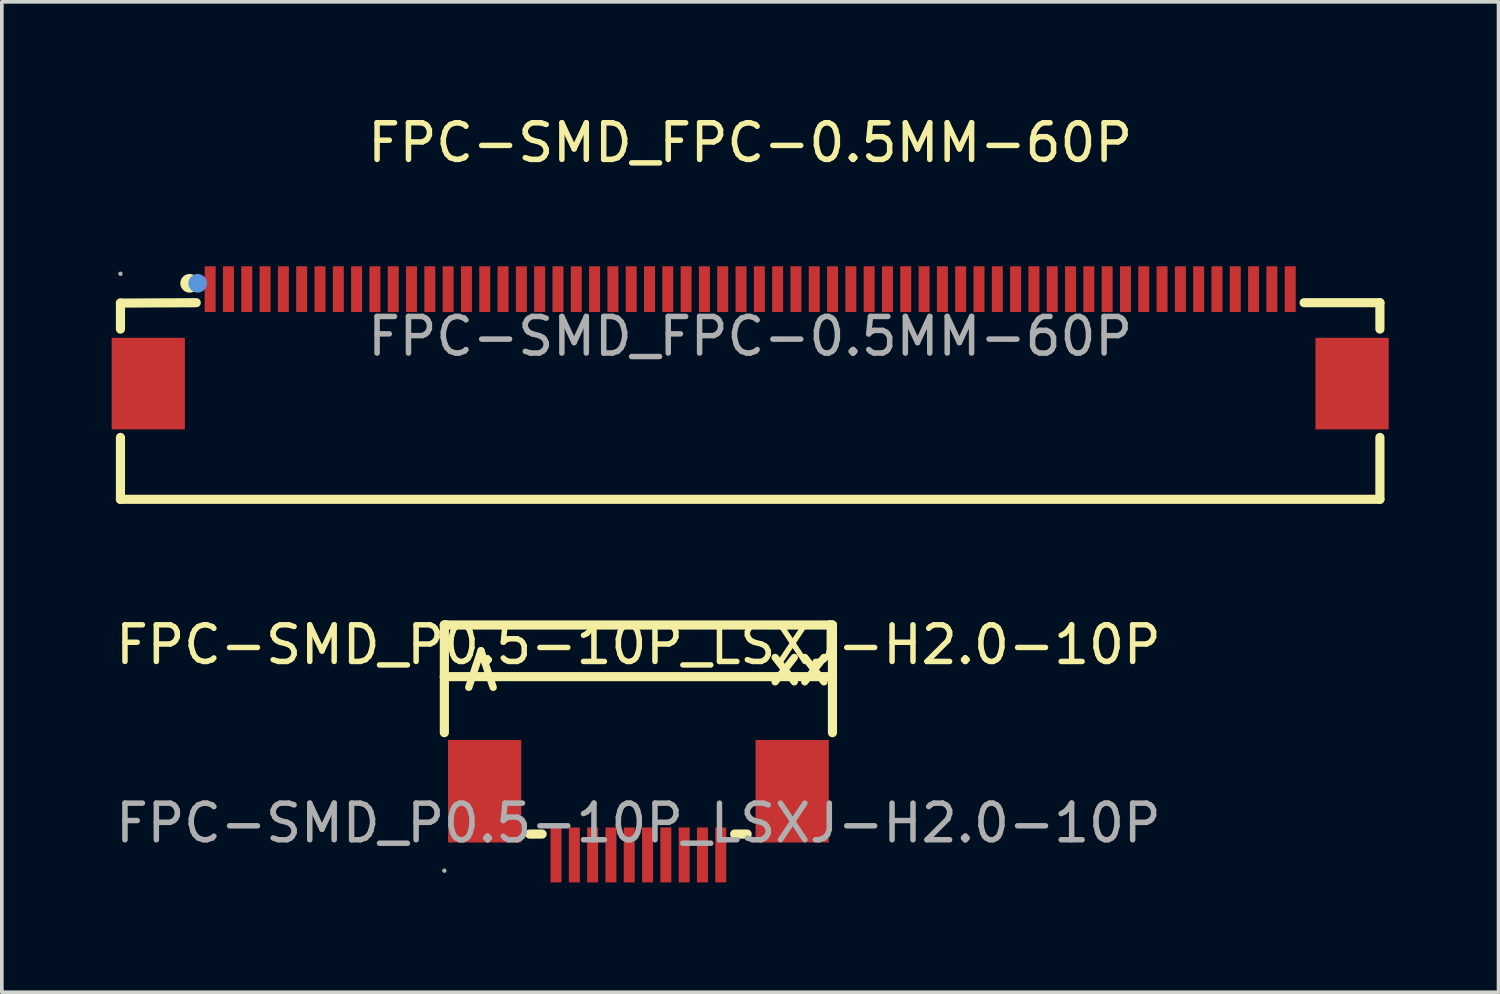
<source format=kicad_pcb>
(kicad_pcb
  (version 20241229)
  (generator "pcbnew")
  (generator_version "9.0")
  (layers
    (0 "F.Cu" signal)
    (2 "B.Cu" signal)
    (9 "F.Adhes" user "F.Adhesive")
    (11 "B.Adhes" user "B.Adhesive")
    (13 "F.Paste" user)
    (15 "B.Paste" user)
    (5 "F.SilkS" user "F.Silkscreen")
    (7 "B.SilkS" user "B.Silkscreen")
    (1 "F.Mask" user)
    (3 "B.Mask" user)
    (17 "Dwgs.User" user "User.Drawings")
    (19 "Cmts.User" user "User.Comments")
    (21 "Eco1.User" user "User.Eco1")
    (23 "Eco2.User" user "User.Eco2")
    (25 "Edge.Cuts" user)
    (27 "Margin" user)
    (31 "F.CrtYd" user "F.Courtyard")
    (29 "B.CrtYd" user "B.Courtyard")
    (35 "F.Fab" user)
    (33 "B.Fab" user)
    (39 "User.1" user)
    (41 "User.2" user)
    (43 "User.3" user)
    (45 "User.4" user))
  (footprint "FPC-SMD_P0.5-10P_LSXJ-H2.0-10P"
    (layer "F.Cu")
    (at 14.387 19.431)
    (property "Reference" "FPC-SMD_P0.5-10P_LSXJ-H2.0-10P" (at 0 -4.87 0) (layer "F.SilkS") (effects (font (size 1 1) (thickness 0.15))))
    (attr through_hole)
    (fp_line (start -5.3 -5.41) (end -5.3 -5.41) (stroke (width 0.25) (type solid)) (layer "F.SilkS"))
    (fp_line (start -5.3 -5.41) (end -5.23 -5.41) (stroke (width 0.25) (type solid)) (layer "F.SilkS"))
    (fp_line (start -5.3 -4) (end -5.3 -5.41) (stroke (width 0.25) (type solid)) (layer "F.SilkS"))
    (fp_line (start -5.3 -4) (end -5.3 -2.47) (stroke (width 0.25) (type solid)) (layer "F.SilkS"))
    (fp_line (start -5.23 -5.41) (end 5.22 -5.41) (stroke (width 0.25) (type solid)) (layer "F.SilkS"))
    (fp_line (start -2.97 0.3) (end -2.63 0.3) (stroke (width 0.25) (type solid)) (layer "F.SilkS"))
    (fp_line (start 2.63 0.3) (end 2.97 0.3) (stroke (width 0.25) (type solid)) (layer "F.SilkS"))
    (fp_line (start 5.22 -5.41) (end 5.22 -5.41) (stroke (width 0.25) (type solid)) (layer "F.SilkS"))
    (fp_line (start 5.3 -5.41) (end 5.22 -5.41) (stroke (width 0.25) (type solid)) (layer "F.SilkS"))
    (fp_line (start 5.3 -5.35) (end 5.3 -5.41) (stroke (width 0.25) (type solid)) (layer "F.SilkS"))
    (fp_line (start 5.3 -4) (end -5.3 -4) (stroke (width 0.25) (type solid)) (layer "F.SilkS"))
    (fp_line (start 5.3 -4) (end 5.3 -5.35) (stroke (width 0.25) (type solid)) (layer "F.SilkS"))
    (fp_line (start 5.3 -2.47) (end 5.3 -4) (stroke (width 0.25) (type solid)) (layer "F.SilkS"))
    (fp_circle (center -5.3 1.3) (end -5.27 1.3) (stroke (width 0.06) (type solid)) (fill no) (layer "F.Fab"))
    (fp_text user "xx" (at 3.46 -4.31 0) (layer "F.SilkS") (effects (font (size 1 1) (thickness 0.2)) (justify left)))
    (fp_text user "A" (at -4.86 -4.16 0) (layer "F.SilkS") (effects (font (size 1 1) (thickness 0.2)) (justify left)))
    (fp_text user "${REFERENCE}" (at 0 0 0) (layer "F.Fab") (effects (font (size 1 1) (thickness 0.15))))
    (pad "1" smd rect (at -2.25 0.87) (size 0.3 1.5) (layers "F.Cu" "F.Mask" "F.Paste"))
    (pad "2" smd rect (at -1.75 0.87) (size 0.3 1.5) (layers "F.Cu" "F.Mask" "F.Paste"))
    (pad "3" smd rect (at -1.25 0.87) (size 0.3 1.5) (layers "F.Cu" "F.Mask" "F.Paste"))
    (pad "4" smd rect (at -0.75 0.87) (size 0.3 1.5) (layers "F.Cu" "F.Mask" "F.Paste"))
    (pad "5" smd rect (at -0.25 0.87) (size 0.3 1.5) (layers "F.Cu" "F.Mask" "F.Paste"))
    (pad "6" smd rect (at 0.25 0.87) (size 0.3 1.5) (layers "F.Cu" "F.Mask" "F.Paste"))
    (pad "7" smd rect (at 0.75 0.87) (size 0.3 1.5) (layers "F.Cu" "F.Mask" "F.Paste"))
    (pad "8" smd rect (at 1.25 0.87) (size 0.3 1.5) (layers "F.Cu" "F.Mask" "F.Paste"))
    (pad "9" smd rect (at 1.75 0.87) (size 0.3 1.5) (layers "F.Cu" "F.Mask" "F.Paste"))
    (pad "10" smd rect (at 2.25 0.87) (size 0.3 1.5) (layers "F.Cu" "F.Mask" "F.Paste"))
    (pad "11" smd rect (at -4.2 -0.87) (size 2 2.8) (layers "F.Cu" "F.Mask" "F.Paste"))
    (pad "12" smd rect (at 4.2 -0.87 180) (size 2 2.8) (layers "F.Cu" "F.Mask" "F.Paste")))
  (footprint "FPC-SMD_FPC-0.5MM-60P"
    (layer "F.Cu")
    (at 17.44 6.138)
    (property "Reference" "FPC-SMD_FPC-0.5MM-60P" (at 0 -5.29 0) (layer "F.SilkS") (effects (font (size 1 1) (thickness 0.15))))
    (attr through_hole)
    (fp_line (start -17.2 -0.2) (end -17.2 -0.91) (stroke (width 0.25) (type solid)) (layer "F.SilkS"))
    (fp_line (start -17.2 4.45) (end -17.2 2.76) (stroke (width 0.25) (type solid)) (layer "F.SilkS"))
    (fp_line (start -15.13 -0.92) (end -17.2 -0.91) (stroke (width 0.25) (type solid)) (layer "F.SilkS"))
    (fp_line (start 17.2 -0.92) (end 15.13 -0.92) (stroke (width 0.25) (type solid)) (layer "F.SilkS"))
    (fp_line (start 17.2 -0.2) (end 17.2 -0.92) (stroke (width 0.25) (type solid)) (layer "F.SilkS"))
    (fp_line (start 17.2 4.45) (end -17.2 4.45) (stroke (width 0.25) (type solid)) (layer "F.SilkS"))
    (fp_line (start 17.2 4.45) (end 17.2 2.76) (stroke (width 0.25) (type solid)) (layer "F.SilkS"))
    (fp_circle (center -15.31 -1.45) (end -15.18 -1.45) (stroke (width 0.25) (type solid)) (fill no) (layer "F.SilkS"))
    (fp_circle (center -15.09 -1.45) (end -14.96 -1.45) (stroke (width 0.25) (type solid)) (fill no) (layer "Cmts.User"))
    (fp_circle (center -17.2 -1.71) (end -17.17 -1.71) (stroke (width 0.06) (type solid)) (fill no) (layer "F.Fab"))
    (fp_text user "${REFERENCE}" (at 0 0 0) (layer "F.Fab") (effects (font (size 1 1) (thickness 0.15))))
    (pad "1" smd rect (at -14.75 -1.29) (size 0.3 1.25) (layers "F.Cu" "F.Mask" "F.Paste"))
    (pad "2" smd rect (at -14.25 -1.29) (size 0.3 1.25) (layers "F.Cu" "F.Mask" "F.Paste"))
    (pad "3" smd rect (at -13.75 -1.29) (size 0.3 1.25) (layers "F.Cu" "F.Mask" "F.Paste"))
    (pad "4" smd rect (at -13.25 -1.29) (size 0.3 1.25) (layers "F.Cu" "F.Mask" "F.Paste"))
    (pad "5" smd rect (at -12.75 -1.29) (size 0.3 1.25) (layers "F.Cu" "F.Mask" "F.Paste"))
    (pad "6" smd rect (at -12.25 -1.29) (size 0.3 1.25) (layers "F.Cu" "F.Mask" "F.Paste"))
    (pad "7" smd rect (at -11.75 -1.29) (size 0.3 1.25) (layers "F.Cu" "F.Mask" "F.Paste"))
    (pad "8" smd rect (at -11.25 -1.29) (size 0.3 1.25) (layers "F.Cu" "F.Mask" "F.Paste"))
    (pad "9" smd rect (at -10.75 -1.29) (size 0.3 1.25) (layers "F.Cu" "F.Mask" "F.Paste"))
    (pad "10" smd rect (at -10.25 -1.29) (size 0.3 1.25) (layers "F.Cu" "F.Mask" "F.Paste"))
    (pad "11" smd rect (at -9.75 -1.29) (size 0.3 1.25) (layers "F.Cu" "F.Mask" "F.Paste"))
    (pad "12" smd rect (at -9.25 -1.29) (size 0.3 1.25) (layers "F.Cu" "F.Mask" "F.Paste"))
    (pad "13" smd rect (at -8.75 -1.29) (size 0.3 1.25) (layers "F.Cu" "F.Mask" "F.Paste"))
    (pad "14" smd rect (at -8.25 -1.29) (size 0.3 1.25) (layers "F.Cu" "F.Mask" "F.Paste"))
    (pad "15" smd rect (at -7.75 -1.29) (size 0.3 1.25) (layers "F.Cu" "F.Mask" "F.Paste"))
    (pad "16" smd rect (at -7.25 -1.29) (size 0.3 1.25) (layers "F.Cu" "F.Mask" "F.Paste"))
    (pad "17" smd rect (at -6.75 -1.29) (size 0.3 1.25) (layers "F.Cu" "F.Mask" "F.Paste"))
    (pad "18" smd rect (at -6.25 -1.29) (size 0.3 1.25) (layers "F.Cu" "F.Mask" "F.Paste"))
    (pad "19" smd rect (at -5.75 -1.29) (size 0.3 1.25) (layers "F.Cu" "F.Mask" "F.Paste"))
    (pad "20" smd rect (at -5.25 -1.29) (size 0.3 1.25) (layers "F.Cu" "F.Mask" "F.Paste"))
    (pad "21" smd rect (at -4.75 -1.29) (size 0.3 1.25) (layers "F.Cu" "F.Mask" "F.Paste"))
    (pad "22" smd rect (at -4.25 -1.29) (size 0.3 1.25) (layers "F.Cu" "F.Mask" "F.Paste"))
    (pad "23" smd rect (at -3.75 -1.29) (size 0.3 1.25) (layers "F.Cu" "F.Mask" "F.Paste"))
    (pad "24" smd rect (at -3.25 -1.29) (size 0.3 1.25) (layers "F.Cu" "F.Mask" "F.Paste"))
    (pad "25" smd rect (at -2.75 -1.29) (size 0.3 1.25) (layers "F.Cu" "F.Mask" "F.Paste"))
    (pad "26" smd rect (at -2.25 -1.29) (size 0.3 1.25) (layers "F.Cu" "F.Mask" "F.Paste"))
    (pad "27" smd rect (at -1.75 -1.29) (size 0.3 1.25) (layers "F.Cu" "F.Mask" "F.Paste"))
    (pad "28" smd rect (at -1.25 -1.29) (size 0.3 1.25) (layers "F.Cu" "F.Mask" "F.Paste"))
    (pad "29" smd rect (at -0.75 -1.29) (size 0.3 1.25) (layers "F.Cu" "F.Mask" "F.Paste"))
    (pad "30" smd rect (at -0.25 -1.29) (size 0.3 1.25) (layers "F.Cu" "F.Mask" "F.Paste"))
    (pad "31" smd rect (at 0.25 -1.29) (size 0.3 1.25) (layers "F.Cu" "F.Mask" "F.Paste"))
    (pad "32" smd rect (at 0.75 -1.29) (size 0.3 1.25) (layers "F.Cu" "F.Mask" "F.Paste"))
    (pad "33" smd rect (at 1.25 -1.29) (size 0.3 1.25) (layers "F.Cu" "F.Mask" "F.Paste"))
    (pad "34" smd rect (at 1.75 -1.29) (size 0.3 1.25) (layers "F.Cu" "F.Mask" "F.Paste"))
    (pad "35" smd rect (at 2.25 -1.29) (size 0.3 1.25) (layers "F.Cu" "F.Mask" "F.Paste"))
    (pad "36" smd rect (at 2.75 -1.29) (size 0.3 1.25) (layers "F.Cu" "F.Mask" "F.Paste"))
    (pad "37" smd rect (at 3.25 -1.29) (size 0.3 1.25) (layers "F.Cu" "F.Mask" "F.Paste"))
    (pad "38" smd rect (at 3.75 -1.29) (size 0.3 1.25) (layers "F.Cu" "F.Mask" "F.Paste"))
    (pad "39" smd rect (at 4.25 -1.29) (size 0.3 1.25) (layers "F.Cu" "F.Mask" "F.Paste"))
    (pad "40" smd rect (at 4.75 -1.29) (size 0.3 1.25) (layers "F.Cu" "F.Mask" "F.Paste"))
    (pad "41" smd rect (at 5.25 -1.29) (size 0.3 1.25) (layers "F.Cu" "F.Mask" "F.Paste"))
    (pad "42" smd rect (at 5.75 -1.29) (size 0.3 1.25) (layers "F.Cu" "F.Mask" "F.Paste"))
    (pad "43" smd rect (at 6.25 -1.29) (size 0.3 1.25) (layers "F.Cu" "F.Mask" "F.Paste"))
    (pad "44" smd rect (at 6.75 -1.29) (size 0.3 1.25) (layers "F.Cu" "F.Mask" "F.Paste"))
    (pad "45" smd rect (at 7.25 -1.29) (size 0.3 1.25) (layers "F.Cu" "F.Mask" "F.Paste"))
    (pad "46" smd rect (at 7.75 -1.29) (size 0.3 1.25) (layers "F.Cu" "F.Mask" "F.Paste"))
    (pad "47" smd rect (at 8.25 -1.29) (size 0.3 1.25) (layers "F.Cu" "F.Mask" "F.Paste"))
    (pad "48" smd rect (at 8.75 -1.29) (size 0.3 1.25) (layers "F.Cu" "F.Mask" "F.Paste"))
    (pad "49" smd rect (at 9.25 -1.29) (size 0.3 1.25) (layers "F.Cu" "F.Mask" "F.Paste"))
    (pad "50" smd rect (at 9.75 -1.29) (size 0.3 1.25) (layers "F.Cu" "F.Mask" "F.Paste"))
    (pad "51" smd rect (at 10.25 -1.29) (size 0.3 1.25) (layers "F.Cu" "F.Mask" "F.Paste"))
    (pad "52" smd rect (at 10.75 -1.29) (size 0.3 1.25) (layers "F.Cu" "F.Mask" "F.Paste"))
    (pad "53" smd rect (at 11.25 -1.29) (size 0.3 1.25) (layers "F.Cu" "F.Mask" "F.Paste"))
    (pad "54" smd rect (at 11.75 -1.29) (size 0.3 1.25) (layers "F.Cu" "F.Mask" "F.Paste"))
    (pad "55" smd rect (at 12.25 -1.29) (size 0.3 1.25) (layers "F.Cu" "F.Mask" "F.Paste"))
    (pad "56" smd rect (at 12.75 -1.29) (size 0.3 1.25) (layers "F.Cu" "F.Mask" "F.Paste"))
    (pad "57" smd rect (at 13.25 -1.29) (size 0.3 1.25) (layers "F.Cu" "F.Mask" "F.Paste"))
    (pad "58" smd rect (at 13.75 -1.29) (size 0.3 1.25) (layers "F.Cu" "F.Mask" "F.Paste"))
    (pad "59" smd rect (at 14.25 -1.29) (size 0.3 1.25) (layers "F.Cu" "F.Mask" "F.Paste"))
    (pad "60" smd rect (at 14.75 -1.29) (size 0.3 1.25) (layers "F.Cu" "F.Mask" "F.Paste"))
    (pad "61" smd rect (at 16.44 1.29) (size 2 2.5) (layers "F.Cu" "F.Mask" "F.Paste"))
    (pad "62" smd rect (at -16.44 1.29) (size 2 2.5) (layers "F.Cu" "F.Mask" "F.Paste")))
  (gr_rect
    (start -3 -3)
    (end 37.88 24.052)
    (stroke (width 0.1) (type default))
    (fill no)
    (layer "Edge.Cuts")))
</source>
